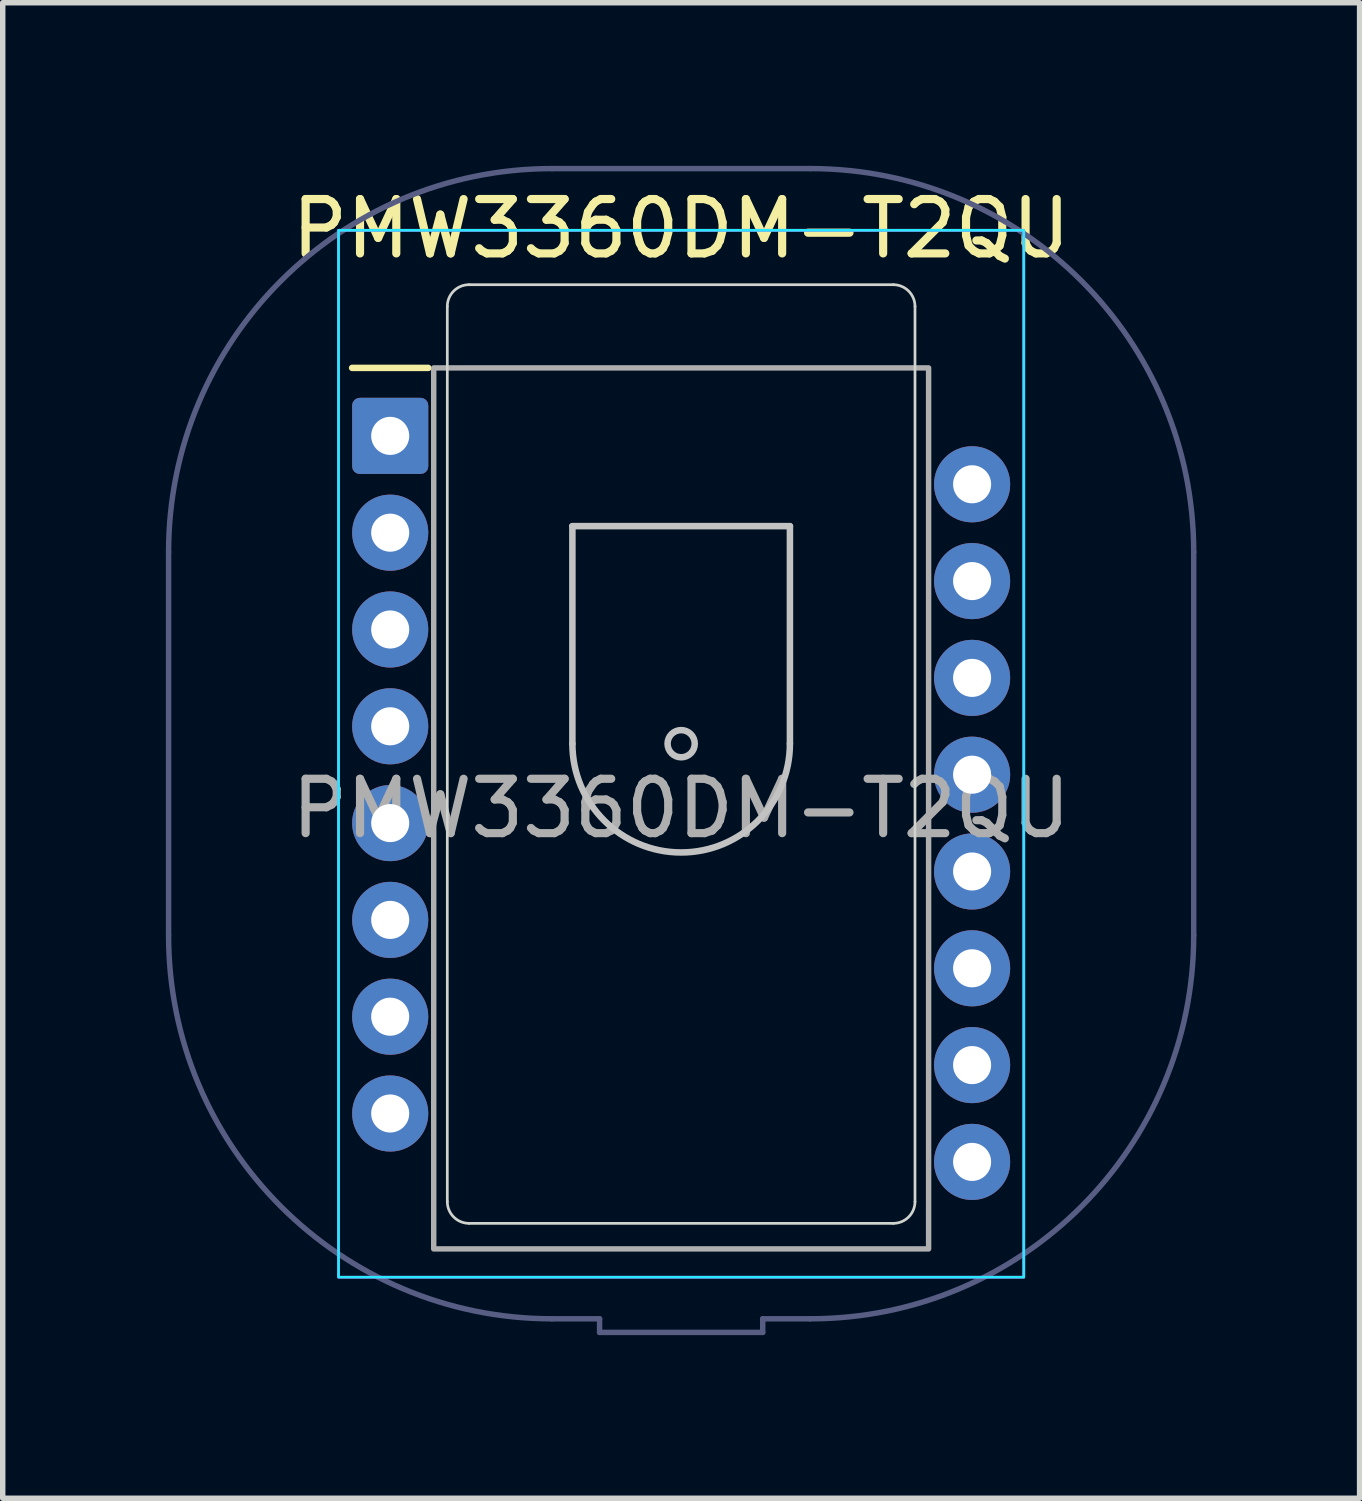
<source format=kicad_pcb>
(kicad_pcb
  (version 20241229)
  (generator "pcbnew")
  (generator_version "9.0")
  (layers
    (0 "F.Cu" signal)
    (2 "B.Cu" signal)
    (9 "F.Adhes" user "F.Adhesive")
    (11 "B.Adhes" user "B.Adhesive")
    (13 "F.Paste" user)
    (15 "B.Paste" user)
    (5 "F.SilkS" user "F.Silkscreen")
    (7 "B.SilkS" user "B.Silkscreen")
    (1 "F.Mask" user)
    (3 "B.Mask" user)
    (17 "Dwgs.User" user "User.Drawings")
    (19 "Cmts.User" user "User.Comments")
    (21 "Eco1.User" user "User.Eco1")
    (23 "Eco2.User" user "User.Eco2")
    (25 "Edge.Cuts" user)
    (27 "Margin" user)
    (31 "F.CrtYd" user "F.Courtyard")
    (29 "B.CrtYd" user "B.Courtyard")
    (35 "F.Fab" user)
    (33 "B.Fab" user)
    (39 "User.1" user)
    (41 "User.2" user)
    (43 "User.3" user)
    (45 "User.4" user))
  (footprint "PMW3360DM-T2QU"
    (layer "F.Cu")
    (at 9.475 11.815)
    (property "Reference" "PMW3360DM-T2QU" (at 0 -10.66 0) (layer "F.SilkS") (effects (font (size 1 1) (thickness 0.15))))
    (attr through_hole)
    (fp_line (start -4.65 -8.1) (end -6.05 -8.1) (stroke (width 0.12) (type solid)) (layer "F.SilkS"))
    (fp_line (start -2 -5.19) (end 2 -5.19) (stroke (width 0.12) (type solid)) (layer "Dwgs.User"))
    (fp_line (start -2 -1.19) (end -2 -5.19) (stroke (width 0.12) (type solid)) (layer "Dwgs.User"))
    (fp_line (start 2 -5.19) (end 2 -1.19) (stroke (width 0.12) (type solid)) (layer "Dwgs.User"))
    (fp_arc (start 2 -1.19) (mid 0 0.81) (end -2 -1.19) (stroke (width 0.12) (type solid)) (layer "Dwgs.User"))
    (fp_circle (center 0 -1.19) (end 0.25 -1.19) (stroke (width 0.12) (type solid)) (fill no) (layer "Dwgs.User"))
    (fp_line (start -4.3 7.23) (end -4.3 -9.23) (stroke (width 0.05) (type default)) (layer "Edge.Cuts"))
    (fp_line (start -3.9 -9.63) (end 3.9 -9.63) (stroke (width 0.05) (type default)) (layer "Edge.Cuts"))
    (fp_line (start 3.9 7.63) (end -3.9 7.63) (stroke (width 0.05) (type default)) (layer "Edge.Cuts"))
    (fp_line (start 4.3 -9.23) (end 4.3 7.23) (stroke (width 0.05) (type default)) (layer "Edge.Cuts"))
    (fp_arc (start -4.3 -9.23) (mid -4.182843 -9.512843) (end -3.9 -9.63) (stroke (width 0.05) (type default)) (layer "Edge.Cuts"))
    (fp_arc (start -3.9 7.63) (mid -4.182843 7.512843) (end -4.3 7.23) (stroke (width 0.05) (type default)) (layer "Edge.Cuts"))
    (fp_arc (start 3.9 -9.63) (mid 4.182843 -9.512843) (end 4.3 -9.23) (stroke (width 0.05) (type default)) (layer "Edge.Cuts"))
    (fp_arc (start 4.3 7.23) (mid 4.182843 7.512843) (end 3.9 7.63) (stroke (width 0.05) (type default)) (layer "Edge.Cuts"))
    (fp_rect (start -6.3 -10.63) (end 6.3 8.62) (stroke (width 0.05) (type default)) (fill no) (layer "B.CrtYd"))
    (fp_rect (start -6.3 -10.63) (end 6.3 8.62) (stroke (width 0.05) (type default)) (fill no) (layer "F.CrtYd"))
    (fp_line (start -9.425 2.335) (end -9.425 -4.715) (stroke (width 0.1) (type solid)) (layer "B.Fab"))
    (fp_line (start -1.5 9.385) (end -2.375 9.385) (stroke (width 0.1) (type solid)) (layer "B.Fab"))
    (fp_line (start -1.5 9.635) (end -1.5 9.385) (stroke (width 0.1) (type solid)) (layer "B.Fab"))
    (fp_line (start 1.5 9.635) (end -1.5 9.635) (stroke (width 0.1) (type solid)) (layer "B.Fab"))
    (fp_line (start 1.5 9.635) (end 1.5 9.385) (stroke (width 0.1) (type solid)) (layer "B.Fab"))
    (fp_line (start 2.375 -11.765) (end -2.375 -11.765) (stroke (width 0.1) (type solid)) (layer "B.Fab"))
    (fp_line (start 2.375 9.385) (end 1.5 9.385) (stroke (width 0.1) (type solid)) (layer "B.Fab"))
    (fp_line (start 9.425 2.335) (end 9.425 -4.715) (stroke (width 0.1) (type solid)) (layer "B.Fab"))
    (fp_arc (start -9.425 -4.715) (mid -7.360103 -9.700103) (end -2.375 -11.765) (stroke (width 0.1) (type solid)) (layer "B.Fab"))
    (fp_arc (start -2.375 9.385) (mid -7.360103 7.320103) (end -9.425 2.335) (stroke (width 0.1) (type solid)) (layer "B.Fab"))
    (fp_arc (start 2.375 -11.765) (mid 7.360103 -9.700103) (end 9.425 -4.715) (stroke (width 0.1) (type solid)) (layer "B.Fab"))
    (fp_arc (start 9.425 2.335) (mid 7.360103 7.320103) (end 2.375 9.385) (stroke (width 0.1) (type solid)) (layer "B.Fab"))
    (fp_rect (start -4.55 -8.1) (end 4.55 8.1) (stroke (width 0.1) (type default)) (fill no) (layer "F.Fab"))
    (fp_text user "${REFERENCE}" (at 0 0 0) (layer "F.Fab") (effects (font (size 1 1) (thickness 0.15))))
    (pad "1" thru_hole roundrect (at -5.35 -6.85) (size 1.4 1.4) (drill 0.7) (layers "*.Cu" "*.Mask") (roundrect_rratio 0.1))
    (pad "2" thru_hole circle (at -5.35 -5.07) (size 1.4 1.4) (drill 0.7) (layers "*.Cu" "*.Mask"))
    (pad "3" thru_hole circle (at -5.35 -3.29) (size 1.4 1.4) (drill 0.7) (layers "*.Cu" "*.Mask"))
    (pad "4" thru_hole circle (at -5.35 -1.51) (size 1.4 1.4) (drill 0.7) (layers "*.Cu" "*.Mask"))
    (pad "5" thru_hole circle (at -5.35 0.27) (size 1.4 1.4) (drill 0.7) (layers "*.Cu" "*.Mask"))
    (pad "6" thru_hole circle (at -5.35 2.05) (size 1.4 1.4) (drill 0.7) (layers "*.Cu" "*.Mask"))
    (pad "7" thru_hole circle (at -5.35 3.83) (size 1.4 1.4) (drill 0.7) (layers "*.Cu" "*.Mask"))
    (pad "8" thru_hole circle (at -5.35 5.61) (size 1.4 1.4) (drill 0.7) (layers "*.Cu" "*.Mask"))
    (pad "9" thru_hole circle (at 5.35 6.5) (size 1.4 1.4) (drill 0.7) (layers "*.Cu" "*.Mask"))
    (pad "10" thru_hole circle (at 5.35 4.72) (size 1.4 1.4) (drill 0.7) (layers "*.Cu" "*.Mask"))
    (pad "11" thru_hole circle (at 5.35 2.94) (size 1.4 1.4) (drill 0.7) (layers "*.Cu" "*.Mask"))
    (pad "12" thru_hole circle (at 5.35 1.16) (size 1.4 1.4) (drill 0.7) (layers "*.Cu" "*.Mask"))
    (pad "13" thru_hole circle (at 5.35 -0.62) (size 1.4 1.4) (drill 0.7) (layers "*.Cu" "*.Mask"))
    (pad "14" thru_hole circle (at 5.35 -2.4) (size 1.4 1.4) (drill 0.7) (layers "*.Cu" "*.Mask"))
    (pad "15" thru_hole circle (at 5.35 -4.18) (size 1.4 1.4) (drill 0.7) (layers "*.Cu" "*.Mask"))
    (pad "16" thru_hole circle (at 5.35 -5.96) (size 1.4 1.4) (drill 0.7) (layers "*.Cu" "*.Mask")))
  (gr_rect
    (start -3 -3)
    (end 21.95 24.5)
    (stroke (width 0.1) (type default))
    (fill no)
    (layer "Edge.Cuts")))
</source>
